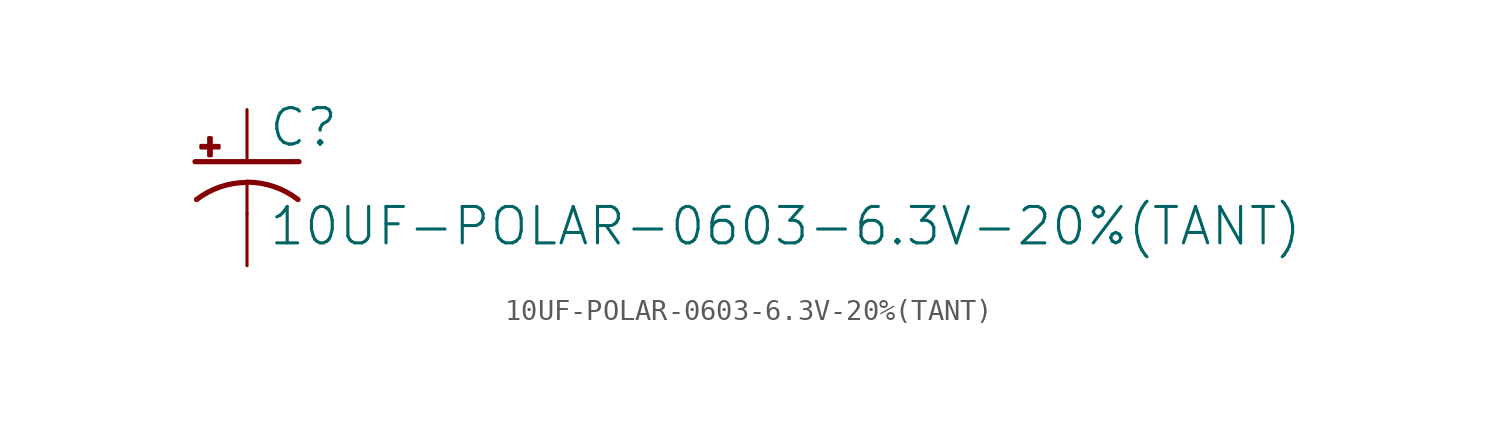
<source format=kicad_sym>
(kicad_symbol_lib
  (version 20211014)
  (generator kicad_symbol_editor)
  (symbol "10UF-POLAR-0603-6.3V-20%(TANT)"
    (property "Reference" "C"
      (at 1.016 0.635 0)
      (effects (font (size 1.778 1.778)) (justify left bottom)))
    (property "Value" "10UF-POLAR-0603-6.3V-20%(TANT)"
      (at 1.016 -4.191 0)
      (effects (font (size 1.778 1.778)) (justify left bottom)))
    (property "ki_locked" ""
      (at 0 0 0)
      (effects (font (size 1.27 1.27))))
    (symbol "10UF-POLAR-0603-6.3V-20%(TANT)_1_0"
      (rectangle (start -2.253 0.668) (end -1.364 0.795) (stroke (width 0) (type default) (color 0 0 0 0)) (fill (type outline)))
      (rectangle (start -1.872 0.287) (end -1.745 1.176) (stroke (width 0) (type default) (color 0 0 0 0)) (fill (type outline)))
      (arc (start 0 -1.0161) (mid -1.3021 -1.2302) (end -2.4669 -1.8504) (stroke (width 0.254) (type default) (color 0 0 0 0)) (fill (type none)))
      (polyline (pts (xy -2.54 0) (xy 2.54 0)) (stroke (width 0.254) (type default) (color 0 0 0 0)) (fill (type none)))
      (polyline (pts (xy 0 -1.016) (xy 0 -2.54)) (stroke (width 0.152) (type default) (color 0 0 0 0)) (fill (type none)))
      (arc (start 2.4892 -1.8542) (mid 1.3158 -1.2195) (end 0 -1) (stroke (width 0.254) (type default) (color 0 0 0 0)) (fill (type none)))
      (pin passive line (at 0 2.54 270) (length 2.54) (name "+" (effects (font (size 0 0)))) (number "+" (effects (font (size 0 0)))))
      (pin passive line (at 0 -5.08 90) (length 2.54) (name "-" (effects (font (size 0 0)))) (number "-" (effects (font (size 0 0))))))))
</source>
